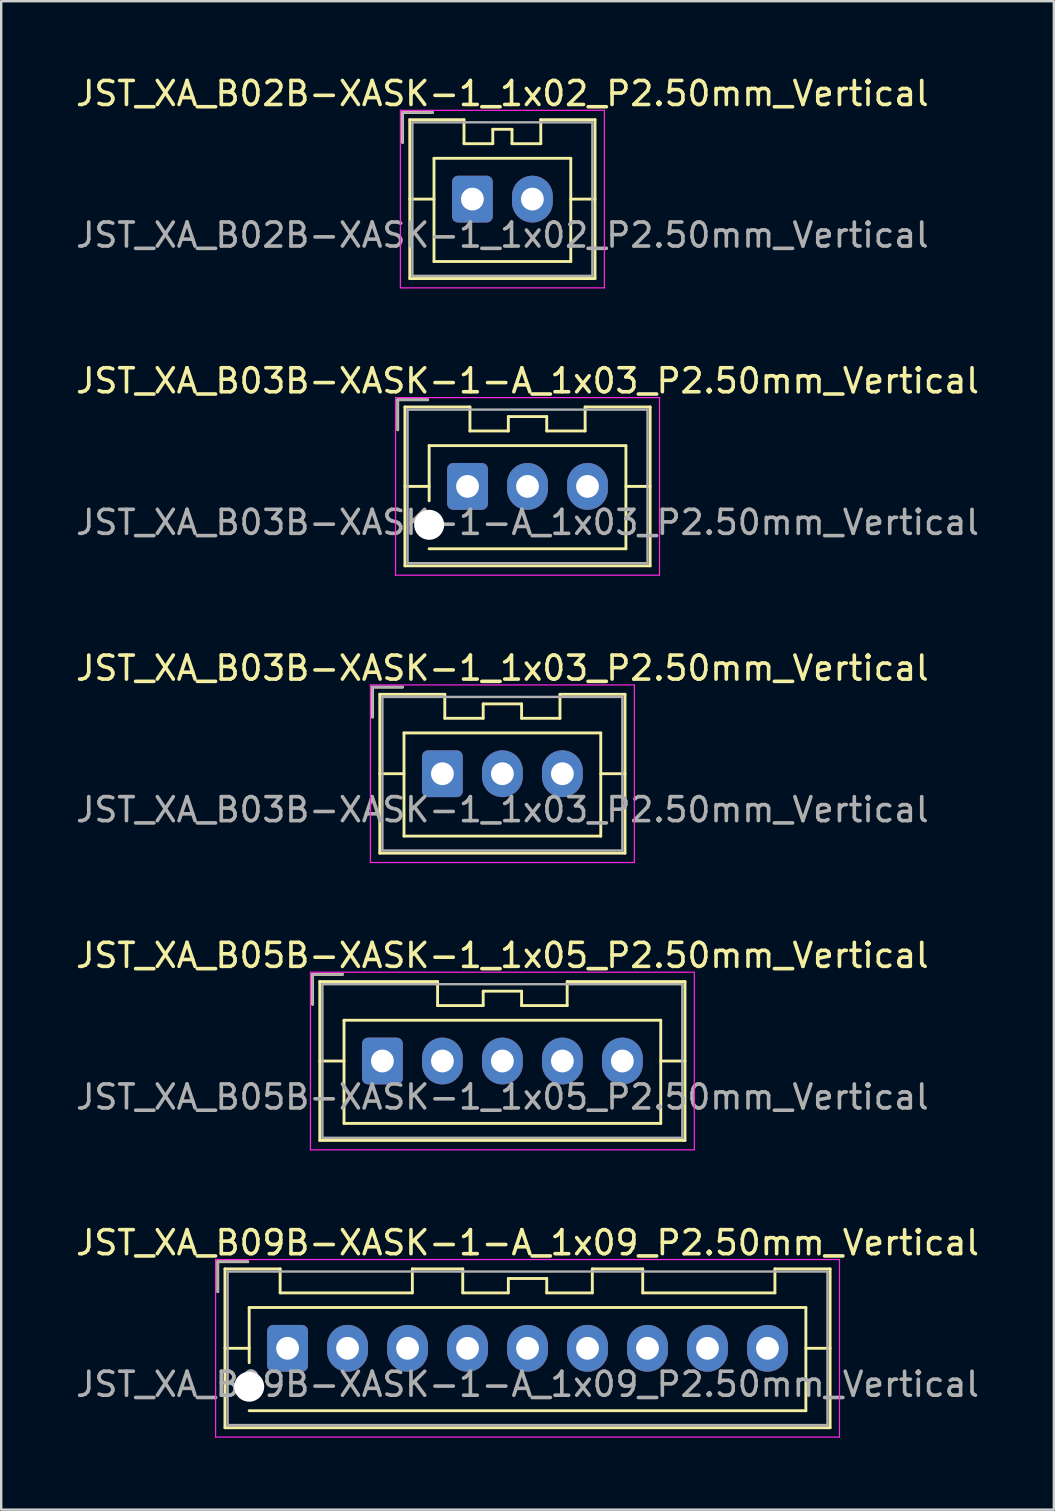
<source format=kicad_pcb>
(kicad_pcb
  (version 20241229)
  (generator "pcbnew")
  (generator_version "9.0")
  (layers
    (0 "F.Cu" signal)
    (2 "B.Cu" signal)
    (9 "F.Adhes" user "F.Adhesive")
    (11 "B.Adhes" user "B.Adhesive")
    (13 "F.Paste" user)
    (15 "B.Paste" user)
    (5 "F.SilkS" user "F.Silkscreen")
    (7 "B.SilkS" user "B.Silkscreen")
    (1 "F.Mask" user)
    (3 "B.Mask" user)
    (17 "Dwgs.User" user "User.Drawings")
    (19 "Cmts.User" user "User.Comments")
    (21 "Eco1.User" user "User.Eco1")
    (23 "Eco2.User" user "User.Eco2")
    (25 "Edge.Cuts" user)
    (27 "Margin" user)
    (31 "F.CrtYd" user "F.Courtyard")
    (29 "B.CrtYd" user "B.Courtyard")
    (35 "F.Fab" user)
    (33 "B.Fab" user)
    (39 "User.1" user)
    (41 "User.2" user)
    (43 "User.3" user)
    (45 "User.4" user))
  (footprint "JST_XA_B02B-XASK-1_1x02_P2.50mm_Vertical"
    (layer "F.Cu")
    (at 16.637 5.248)
    (property "Reference" "JST_XA_B02B-XASK-1_1x02_P2.50mm_Vertical" (at 1.25 -4.4 0) (layer "F.SilkS") (effects (font (size 1 1) (thickness 0.15))))
    (attr through_hole)
    (fp_line (start -2.91 -3.61) (end -2.91 -2.36) (stroke (width 0.12) (type solid)) (layer "F.SilkS"))
    (fp_line (start -2.61 -3.31) (end -2.61 3.31) (stroke (width 0.12) (type solid)) (layer "F.SilkS"))
    (fp_line (start -2.61 0) (end -1.6 0) (stroke (width 0.12) (type solid)) (layer "F.SilkS"))
    (fp_line (start -2.61 3.31) (end 5.11 3.31) (stroke (width 0.12) (type solid)) (layer "F.SilkS"))
    (fp_line (start -1.66 -3.61) (end -2.91 -3.61) (stroke (width 0.12) (type solid)) (layer "F.SilkS"))
    (fp_line (start -1.6 -1.7) (end -1.6 2.6) (stroke (width 0.12) (type solid)) (layer "F.SilkS"))
    (fp_line (start -1.6 2.6) (end 4.1 2.6) (stroke (width 0.12) (type solid)) (layer "F.SilkS"))
    (fp_line (start -0.35 -3.31) (end -2.61 -3.31) (stroke (width 0.12) (type solid)) (layer "F.SilkS"))
    (fp_line (start -0.35 -2.31) (end -0.35 -3.31) (stroke (width 0.12) (type solid)) (layer "F.SilkS"))
    (fp_line (start 0.85 -2.91) (end 0.85 -2.31) (stroke (width 0.12) (type solid)) (layer "F.SilkS"))
    (fp_line (start 0.85 -2.31) (end -0.35 -2.31) (stroke (width 0.12) (type solid)) (layer "F.SilkS"))
    (fp_line (start 1.65 -2.91) (end 0.85 -2.91) (stroke (width 0.12) (type solid)) (layer "F.SilkS"))
    (fp_line (start 1.65 -2.31) (end 1.65 -2.91) (stroke (width 0.12) (type solid)) (layer "F.SilkS"))
    (fp_line (start 2.85 -3.31) (end 2.85 -2.31) (stroke (width 0.12) (type solid)) (layer "F.SilkS"))
    (fp_line (start 2.85 -2.31) (end 1.65 -2.31) (stroke (width 0.12) (type solid)) (layer "F.SilkS"))
    (fp_line (start 4.1 -1.7) (end -1.6 -1.7) (stroke (width 0.12) (type solid)) (layer "F.SilkS"))
    (fp_line (start 4.1 2.6) (end 4.1 -1.7) (stroke (width 0.12) (type solid)) (layer "F.SilkS"))
    (fp_line (start 5.11 -3.31) (end 2.85 -3.31) (stroke (width 0.12) (type solid)) (layer "F.SilkS"))
    (fp_line (start 5.11 0) (end 4.1 0) (stroke (width 0.12) (type solid)) (layer "F.SilkS"))
    (fp_line (start 5.11 3.31) (end 5.11 -3.31) (stroke (width 0.12) (type solid)) (layer "F.SilkS"))
    (fp_line (start -3 -3.7) (end -3 3.7) (stroke (width 0.05) (type solid)) (layer "F.CrtYd"))
    (fp_line (start -3 3.7) (end 5.5 3.7) (stroke (width 0.05) (type solid)) (layer "F.CrtYd"))
    (fp_line (start 5.5 -3.7) (end -3 -3.7) (stroke (width 0.05) (type solid)) (layer "F.CrtYd"))
    (fp_line (start 5.5 3.7) (end 5.5 -3.7) (stroke (width 0.05) (type solid)) (layer "F.CrtYd"))
    (fp_line (start -2.91 -3.61) (end -2.91 -2.36) (stroke (width 0.1) (type solid)) (layer "F.Fab"))
    (fp_line (start -2.5 -3.2) (end -2.5 3.2) (stroke (width 0.1) (type solid)) (layer "F.Fab"))
    (fp_line (start -2.5 3.2) (end 5 3.2) (stroke (width 0.1) (type solid)) (layer "F.Fab"))
    (fp_line (start -1.66 -3.61) (end -2.91 -3.61) (stroke (width 0.1) (type solid)) (layer "F.Fab"))
    (fp_line (start 5 -3.2) (end -2.5 -3.2) (stroke (width 0.1) (type solid)) (layer "F.Fab"))
    (fp_line (start 5 3.2) (end 5 -3.2) (stroke (width 0.1) (type solid)) (layer "F.Fab"))
    (fp_text user "${REFERENCE}" (at 1.25 1.5 0) (layer "F.Fab") (effects (font (size 1 1) (thickness 0.15))))
    (pad "1" thru_hole roundrect (at 0 0) (size 1.7 1.95) (drill 0.95) (layers "*.Cu" "*.Mask") (roundrect_rratio 0.147))
    (pad "2" thru_hole oval (at 2.5 0) (size 1.7 1.95) (drill 0.95) (layers "*.Cu" "*.Mask")))
  (footprint "JST_XA_B03B-XASK-1-A_1x03_P2.50mm_Vertical"
    (layer "F.Cu")
    (at 16.435 17.221)
    (property "Reference" "JST_XA_B03B-XASK-1-A_1x03_P2.50mm_Vertical" (at 2.5 -4.4 0) (layer "F.SilkS") (effects (font (size 1 1) (thickness 0.15))))
    (attr through_hole)
    (fp_line (start -2.91 -3.61) (end -2.91 -2.36) (stroke (width 0.12) (type solid)) (layer "F.SilkS"))
    (fp_line (start -2.61 -3.31) (end -2.61 3.31) (stroke (width 0.12) (type solid)) (layer "F.SilkS"))
    (fp_line (start -2.61 0) (end -1.6 0) (stroke (width 0.12) (type solid)) (layer "F.SilkS"))
    (fp_line (start -2.61 3.31) (end 7.61 3.31) (stroke (width 0.12) (type solid)) (layer "F.SilkS"))
    (fp_line (start -1.66 -3.61) (end -2.91 -3.61) (stroke (width 0.12) (type solid)) (layer "F.SilkS"))
    (fp_line (start -1.6 -1.7) (end 6.6 -1.7) (stroke (width 0.12) (type solid)) (layer "F.SilkS"))
    (fp_line (start -1.6 0.6) (end -1.6 -1.7) (stroke (width 0.12) (type solid)) (layer "F.SilkS"))
    (fp_line (start 0.1 -3.31) (end -2.61 -3.31) (stroke (width 0.12) (type solid)) (layer "F.SilkS"))
    (fp_line (start 0.1 -2.31) (end 0.1 -3.31) (stroke (width 0.12) (type solid)) (layer "F.SilkS"))
    (fp_line (start 1.7 -2.91) (end 1.7 -2.31) (stroke (width 0.12) (type solid)) (layer "F.SilkS"))
    (fp_line (start 1.7 -2.31) (end 0.1 -2.31) (stroke (width 0.12) (type solid)) (layer "F.SilkS"))
    (fp_line (start 3.3 -2.91) (end 1.7 -2.91) (stroke (width 0.12) (type solid)) (layer "F.SilkS"))
    (fp_line (start 3.3 -2.31) (end 3.3 -2.91) (stroke (width 0.12) (type solid)) (layer "F.SilkS"))
    (fp_line (start 4.9 -3.31) (end 4.9 -2.31) (stroke (width 0.12) (type solid)) (layer "F.SilkS"))
    (fp_line (start 4.9 -2.31) (end 3.3 -2.31) (stroke (width 0.12) (type solid)) (layer "F.SilkS"))
    (fp_line (start 6.6 -1.7) (end 6.6 2.6) (stroke (width 0.12) (type solid)) (layer "F.SilkS"))
    (fp_line (start 6.6 2.6) (end -1.6 2.6) (stroke (width 0.12) (type solid)) (layer "F.SilkS"))
    (fp_line (start 7.61 -3.31) (end 4.9 -3.31) (stroke (width 0.12) (type solid)) (layer "F.SilkS"))
    (fp_line (start 7.61 0) (end 6.6 0) (stroke (width 0.12) (type solid)) (layer "F.SilkS"))
    (fp_line (start 7.61 3.31) (end 7.61 -3.31) (stroke (width 0.12) (type solid)) (layer "F.SilkS"))
    (fp_line (start -3 -3.7) (end -3 3.7) (stroke (width 0.05) (type solid)) (layer "F.CrtYd"))
    (fp_line (start -3 3.7) (end 8 3.7) (stroke (width 0.05) (type solid)) (layer "F.CrtYd"))
    (fp_line (start 8 -3.7) (end -3 -3.7) (stroke (width 0.05) (type solid)) (layer "F.CrtYd"))
    (fp_line (start 8 3.7) (end 8 -3.7) (stroke (width 0.05) (type solid)) (layer "F.CrtYd"))
    (fp_line (start -2.91 -3.61) (end -2.91 -2.36) (stroke (width 0.1) (type solid)) (layer "F.Fab"))
    (fp_line (start -2.5 -3.2) (end -2.5 3.2) (stroke (width 0.1) (type solid)) (layer "F.Fab"))
    (fp_line (start -2.5 3.2) (end 7.5 3.2) (stroke (width 0.1) (type solid)) (layer "F.Fab"))
    (fp_line (start -1.66 -3.61) (end -2.91 -3.61) (stroke (width 0.1) (type solid)) (layer "F.Fab"))
    (fp_line (start 7.5 -3.2) (end -2.5 -3.2) (stroke (width 0.1) (type solid)) (layer "F.Fab"))
    (fp_line (start 7.5 3.2) (end 7.5 -3.2) (stroke (width 0.1) (type solid)) (layer "F.Fab"))
    (fp_text user "${REFERENCE}" (at 2.5 1.5 0) (layer "F.Fab") (effects (font (size 1 1) (thickness 0.15))))
    (pad "" np_thru_hole circle (at -1.6 1.6) (size 1.25 1.25) (drill 1.25) (layers "*.Cu" "*.Mask"))
    (pad "1" thru_hole roundrect (at 0 0) (size 1.7 1.95) (drill 0.95) (layers "*.Cu" "*.Mask") (roundrect_rratio 0.147))
    (pad "2" thru_hole oval (at 2.5 0) (size 1.7 1.95) (drill 0.95) (layers "*.Cu" "*.Mask"))
    (pad "3" thru_hole oval (at 5 0) (size 1.7 1.95) (drill 0.95) (layers "*.Cu" "*.Mask")))
  (footprint "JST_XA_B03B-XASK-1_1x03_P2.50mm_Vertical"
    (layer "F.Cu")
    (at 15.387 29.195)
    (property "Reference" "JST_XA_B03B-XASK-1_1x03_P2.50mm_Vertical" (at 2.5 -4.4 0) (layer "F.SilkS") (effects (font (size 1 1) (thickness 0.15))))
    (attr through_hole)
    (fp_line (start -2.91 -3.61) (end -2.91 -2.36) (stroke (width 0.12) (type solid)) (layer "F.SilkS"))
    (fp_line (start -2.61 -3.31) (end -2.61 3.31) (stroke (width 0.12) (type solid)) (layer "F.SilkS"))
    (fp_line (start -2.61 0) (end -1.6 0) (stroke (width 0.12) (type solid)) (layer "F.SilkS"))
    (fp_line (start -2.61 3.31) (end 7.61 3.31) (stroke (width 0.12) (type solid)) (layer "F.SilkS"))
    (fp_line (start -1.66 -3.61) (end -2.91 -3.61) (stroke (width 0.12) (type solid)) (layer "F.SilkS"))
    (fp_line (start -1.6 -1.7) (end -1.6 2.6) (stroke (width 0.12) (type solid)) (layer "F.SilkS"))
    (fp_line (start -1.6 2.6) (end 6.6 2.6) (stroke (width 0.12) (type solid)) (layer "F.SilkS"))
    (fp_line (start 0.1 -3.31) (end -2.61 -3.31) (stroke (width 0.12) (type solid)) (layer "F.SilkS"))
    (fp_line (start 0.1 -2.31) (end 0.1 -3.31) (stroke (width 0.12) (type solid)) (layer "F.SilkS"))
    (fp_line (start 1.7 -2.91) (end 1.7 -2.31) (stroke (width 0.12) (type solid)) (layer "F.SilkS"))
    (fp_line (start 1.7 -2.31) (end 0.1 -2.31) (stroke (width 0.12) (type solid)) (layer "F.SilkS"))
    (fp_line (start 3.3 -2.91) (end 1.7 -2.91) (stroke (width 0.12) (type solid)) (layer "F.SilkS"))
    (fp_line (start 3.3 -2.31) (end 3.3 -2.91) (stroke (width 0.12) (type solid)) (layer "F.SilkS"))
    (fp_line (start 4.9 -3.31) (end 4.9 -2.31) (stroke (width 0.12) (type solid)) (layer "F.SilkS"))
    (fp_line (start 4.9 -2.31) (end 3.3 -2.31) (stroke (width 0.12) (type solid)) (layer "F.SilkS"))
    (fp_line (start 6.6 -1.7) (end -1.6 -1.7) (stroke (width 0.12) (type solid)) (layer "F.SilkS"))
    (fp_line (start 6.6 2.6) (end 6.6 -1.7) (stroke (width 0.12) (type solid)) (layer "F.SilkS"))
    (fp_line (start 7.61 -3.31) (end 4.9 -3.31) (stroke (width 0.12) (type solid)) (layer "F.SilkS"))
    (fp_line (start 7.61 0) (end 6.6 0) (stroke (width 0.12) (type solid)) (layer "F.SilkS"))
    (fp_line (start 7.61 3.31) (end 7.61 -3.31) (stroke (width 0.12) (type solid)) (layer "F.SilkS"))
    (fp_line (start -3 -3.7) (end -3 3.7) (stroke (width 0.05) (type solid)) (layer "F.CrtYd"))
    (fp_line (start -3 3.7) (end 8 3.7) (stroke (width 0.05) (type solid)) (layer "F.CrtYd"))
    (fp_line (start 8 -3.7) (end -3 -3.7) (stroke (width 0.05) (type solid)) (layer "F.CrtYd"))
    (fp_line (start 8 3.7) (end 8 -3.7) (stroke (width 0.05) (type solid)) (layer "F.CrtYd"))
    (fp_line (start -2.91 -3.61) (end -2.91 -2.36) (stroke (width 0.1) (type solid)) (layer "F.Fab"))
    (fp_line (start -2.5 -3.2) (end -2.5 3.2) (stroke (width 0.1) (type solid)) (layer "F.Fab"))
    (fp_line (start -2.5 3.2) (end 7.5 3.2) (stroke (width 0.1) (type solid)) (layer "F.Fab"))
    (fp_line (start -1.66 -3.61) (end -2.91 -3.61) (stroke (width 0.1) (type solid)) (layer "F.Fab"))
    (fp_line (start 7.5 -3.2) (end -2.5 -3.2) (stroke (width 0.1) (type solid)) (layer "F.Fab"))
    (fp_line (start 7.5 3.2) (end 7.5 -3.2) (stroke (width 0.1) (type solid)) (layer "F.Fab"))
    (fp_text user "${REFERENCE}" (at 2.5 1.5 0) (layer "F.Fab") (effects (font (size 1 1) (thickness 0.15))))
    (pad "1" thru_hole roundrect (at 0 0) (size 1.7 1.95) (drill 0.95) (layers "*.Cu" "*.Mask") (roundrect_rratio 0.147))
    (pad "2" thru_hole oval (at 2.5 0) (size 1.7 1.95) (drill 0.95) (layers "*.Cu" "*.Mask"))
    (pad "3" thru_hole oval (at 5 0) (size 1.7 1.95) (drill 0.95) (layers "*.Cu" "*.Mask")))
  (footprint "JST_XA_B09B-XASK-1-A_1x09_P2.50mm_Vertical"
    (layer "F.Cu")
    (at 8.935 53.141)
    (property "Reference" "JST_XA_B09B-XASK-1-A_1x09_P2.50mm_Vertical" (at 10 -4.4 0) (layer "F.SilkS") (effects (font (size 1 1) (thickness 0.15))))
    (attr through_hole)
    (fp_line (start -2.91 -3.61) (end -2.91 -2.36) (stroke (width 0.12) (type solid)) (layer "F.SilkS"))
    (fp_line (start -2.61 -3.31) (end -2.61 3.31) (stroke (width 0.12) (type solid)) (layer "F.SilkS"))
    (fp_line (start -2.61 0) (end -1.6 0) (stroke (width 0.12) (type solid)) (layer "F.SilkS"))
    (fp_line (start -2.61 3.31) (end 22.61 3.31) (stroke (width 0.12) (type solid)) (layer "F.SilkS"))
    (fp_line (start -1.66 -3.61) (end -2.91 -3.61) (stroke (width 0.12) (type solid)) (layer "F.SilkS"))
    (fp_line (start -1.6 -1.7) (end 21.6 -1.7) (stroke (width 0.12) (type solid)) (layer "F.SilkS"))
    (fp_line (start -1.6 0.6) (end -1.6 -1.7) (stroke (width 0.12) (type solid)) (layer "F.SilkS"))
    (fp_line (start -0.31 -3.31) (end -2.61 -3.31) (stroke (width 0.12) (type solid)) (layer "F.SilkS"))
    (fp_line (start -0.31 -2.31) (end -0.31 -3.31) (stroke (width 0.12) (type solid)) (layer "F.SilkS"))
    (fp_line (start 5.2 -3.31) (end 5.2 -2.31) (stroke (width 0.12) (type solid)) (layer "F.SilkS"))
    (fp_line (start 5.2 -2.31) (end -0.31 -2.31) (stroke (width 0.12) (type solid)) (layer "F.SilkS"))
    (fp_line (start 7.3 -3.31) (end 5.2 -3.31) (stroke (width 0.12) (type solid)) (layer "F.SilkS"))
    (fp_line (start 7.3 -2.31) (end 7.3 -3.31) (stroke (width 0.12) (type solid)) (layer "F.SilkS"))
    (fp_line (start 9.2 -2.91) (end 9.2 -2.31) (stroke (width 0.12) (type solid)) (layer "F.SilkS"))
    (fp_line (start 9.2 -2.31) (end 7.3 -2.31) (stroke (width 0.12) (type solid)) (layer "F.SilkS"))
    (fp_line (start 10.8 -2.91) (end 9.2 -2.91) (stroke (width 0.12) (type solid)) (layer "F.SilkS"))
    (fp_line (start 10.8 -2.31) (end 10.8 -2.91) (stroke (width 0.12) (type solid)) (layer "F.SilkS"))
    (fp_line (start 12.7 -3.31) (end 12.7 -2.31) (stroke (width 0.12) (type solid)) (layer "F.SilkS"))
    (fp_line (start 12.7 -2.31) (end 10.8 -2.31) (stroke (width 0.12) (type solid)) (layer "F.SilkS"))
    (fp_line (start 14.8 -3.31) (end 12.7 -3.31) (stroke (width 0.12) (type solid)) (layer "F.SilkS"))
    (fp_line (start 14.8 -2.31) (end 14.8 -3.31) (stroke (width 0.12) (type solid)) (layer "F.SilkS"))
    (fp_line (start 20.31 -3.31) (end 20.31 -2.31) (stroke (width 0.12) (type solid)) (layer "F.SilkS"))
    (fp_line (start 20.31 -2.31) (end 14.8 -2.31) (stroke (width 0.12) (type solid)) (layer "F.SilkS"))
    (fp_line (start 21.6 -1.7) (end 21.6 2.6) (stroke (width 0.12) (type solid)) (layer "F.SilkS"))
    (fp_line (start 21.6 2.6) (end -1.6 2.6) (stroke (width 0.12) (type solid)) (layer "F.SilkS"))
    (fp_line (start 22.61 -3.31) (end 20.31 -3.31) (stroke (width 0.12) (type solid)) (layer "F.SilkS"))
    (fp_line (start 22.61 0) (end 21.6 0) (stroke (width 0.12) (type solid)) (layer "F.SilkS"))
    (fp_line (start 22.61 3.31) (end 22.61 -3.31) (stroke (width 0.12) (type solid)) (layer "F.SilkS"))
    (fp_line (start -3 -3.7) (end -3 3.7) (stroke (width 0.05) (type solid)) (layer "F.CrtYd"))
    (fp_line (start -3 3.7) (end 23 3.7) (stroke (width 0.05) (type solid)) (layer "F.CrtYd"))
    (fp_line (start 23 -3.7) (end -3 -3.7) (stroke (width 0.05) (type solid)) (layer "F.CrtYd"))
    (fp_line (start 23 3.7) (end 23 -3.7) (stroke (width 0.05) (type solid)) (layer "F.CrtYd"))
    (fp_line (start -2.91 -3.61) (end -2.91 -2.36) (stroke (width 0.1) (type solid)) (layer "F.Fab"))
    (fp_line (start -2.5 -3.2) (end -2.5 3.2) (stroke (width 0.1) (type solid)) (layer "F.Fab"))
    (fp_line (start -2.5 3.2) (end 22.5 3.2) (stroke (width 0.1) (type solid)) (layer "F.Fab"))
    (fp_line (start -1.66 -3.61) (end -2.91 -3.61) (stroke (width 0.1) (type solid)) (layer "F.Fab"))
    (fp_line (start 22.5 -3.2) (end -2.5 -3.2) (stroke (width 0.1) (type solid)) (layer "F.Fab"))
    (fp_line (start 22.5 3.2) (end 22.5 -3.2) (stroke (width 0.1) (type solid)) (layer "F.Fab"))
    (fp_text user "${REFERENCE}" (at 10 1.5 0) (layer "F.Fab") (effects (font (size 1 1) (thickness 0.15))))
    (pad "" np_thru_hole circle (at -1.6 1.6) (size 1.25 1.25) (drill 1.25) (layers "*.Cu" "*.Mask"))
    (pad "1" thru_hole roundrect (at 0 0) (size 1.7 1.95) (drill 0.95) (layers "*.Cu" "*.Mask") (roundrect_rratio 0.147))
    (pad "2" thru_hole oval (at 2.5 0) (size 1.7 1.95) (drill 0.95) (layers "*.Cu" "*.Mask"))
    (pad "3" thru_hole oval (at 5 0) (size 1.7 1.95) (drill 0.95) (layers "*.Cu" "*.Mask"))
    (pad "4" thru_hole oval (at 7.5 0) (size 1.7 1.95) (drill 0.95) (layers "*.Cu" "*.Mask"))
    (pad "5" thru_hole oval (at 10 0) (size 1.7 1.95) (drill 0.95) (layers "*.Cu" "*.Mask"))
    (pad "6" thru_hole oval (at 12.5 0) (size 1.7 1.95) (drill 0.95) (layers "*.Cu" "*.Mask"))
    (pad "7" thru_hole oval (at 15 0) (size 1.7 1.95) (drill 0.95) (layers "*.Cu" "*.Mask"))
    (pad "8" thru_hole oval (at 17.5 0) (size 1.7 1.95) (drill 0.95) (layers "*.Cu" "*.Mask"))
    (pad "9" thru_hole oval (at 20 0) (size 1.7 1.95) (drill 0.95) (layers "*.Cu" "*.Mask")))
  (footprint "JST_XA_B05B-XASK-1_1x05_P2.50mm_Vertical"
    (layer "F.Cu")
    (at 12.887 41.168)
    (property "Reference" "JST_XA_B05B-XASK-1_1x05_P2.50mm_Vertical" (at 5 -4.4 0) (layer "F.SilkS") (effects (font (size 1 1) (thickness 0.15))))
    (attr through_hole)
    (fp_line (start -2.91 -3.61) (end -2.91 -2.36) (stroke (width 0.12) (type solid)) (layer "F.SilkS"))
    (fp_line (start -2.61 -3.31) (end -2.61 3.31) (stroke (width 0.12) (type solid)) (layer "F.SilkS"))
    (fp_line (start -2.61 0) (end -1.6 0) (stroke (width 0.12) (type solid)) (layer "F.SilkS"))
    (fp_line (start -2.61 3.31) (end 12.61 3.31) (stroke (width 0.12) (type solid)) (layer "F.SilkS"))
    (fp_line (start -1.66 -3.61) (end -2.91 -3.61) (stroke (width 0.12) (type solid)) (layer "F.SilkS"))
    (fp_line (start -1.6 -1.7) (end -1.6 2.6) (stroke (width 0.12) (type solid)) (layer "F.SilkS"))
    (fp_line (start -1.6 2.6) (end 11.6 2.6) (stroke (width 0.12) (type solid)) (layer "F.SilkS"))
    (fp_line (start 2.3 -3.31) (end -2.61 -3.31) (stroke (width 0.12) (type solid)) (layer "F.SilkS"))
    (fp_line (start 2.3 -2.31) (end 2.3 -3.31) (stroke (width 0.12) (type solid)) (layer "F.SilkS"))
    (fp_line (start 4.2 -2.91) (end 4.2 -2.31) (stroke (width 0.12) (type solid)) (layer "F.SilkS"))
    (fp_line (start 4.2 -2.31) (end 2.3 -2.31) (stroke (width 0.12) (type solid)) (layer "F.SilkS"))
    (fp_line (start 5.8 -2.91) (end 4.2 -2.91) (stroke (width 0.12) (type solid)) (layer "F.SilkS"))
    (fp_line (start 5.8 -2.31) (end 5.8 -2.91) (stroke (width 0.12) (type solid)) (layer "F.SilkS"))
    (fp_line (start 7.7 -3.31) (end 7.7 -2.31) (stroke (width 0.12) (type solid)) (layer "F.SilkS"))
    (fp_line (start 7.7 -2.31) (end 5.8 -2.31) (stroke (width 0.12) (type solid)) (layer "F.SilkS"))
    (fp_line (start 11.6 -1.7) (end -1.6 -1.7) (stroke (width 0.12) (type solid)) (layer "F.SilkS"))
    (fp_line (start 11.6 2.6) (end 11.6 -1.7) (stroke (width 0.12) (type solid)) (layer "F.SilkS"))
    (fp_line (start 12.61 -3.31) (end 7.7 -3.31) (stroke (width 0.12) (type solid)) (layer "F.SilkS"))
    (fp_line (start 12.61 0) (end 11.6 0) (stroke (width 0.12) (type solid)) (layer "F.SilkS"))
    (fp_line (start 12.61 3.31) (end 12.61 -3.31) (stroke (width 0.12) (type solid)) (layer "F.SilkS"))
    (fp_line (start -3 -3.7) (end -3 3.7) (stroke (width 0.05) (type solid)) (layer "F.CrtYd"))
    (fp_line (start -3 3.7) (end 13 3.7) (stroke (width 0.05) (type solid)) (layer "F.CrtYd"))
    (fp_line (start 13 -3.7) (end -3 -3.7) (stroke (width 0.05) (type solid)) (layer "F.CrtYd"))
    (fp_line (start 13 3.7) (end 13 -3.7) (stroke (width 0.05) (type solid)) (layer "F.CrtYd"))
    (fp_line (start -2.91 -3.61) (end -2.91 -2.36) (stroke (width 0.1) (type solid)) (layer "F.Fab"))
    (fp_line (start -2.5 -3.2) (end -2.5 3.2) (stroke (width 0.1) (type solid)) (layer "F.Fab"))
    (fp_line (start -2.5 3.2) (end 12.5 3.2) (stroke (width 0.1) (type solid)) (layer "F.Fab"))
    (fp_line (start -1.66 -3.61) (end -2.91 -3.61) (stroke (width 0.1) (type solid)) (layer "F.Fab"))
    (fp_line (start 12.5 -3.2) (end -2.5 -3.2) (stroke (width 0.1) (type solid)) (layer "F.Fab"))
    (fp_line (start 12.5 3.2) (end 12.5 -3.2) (stroke (width 0.1) (type solid)) (layer "F.Fab"))
    (fp_text user "${REFERENCE}" (at 5 1.5 0) (layer "F.Fab") (effects (font (size 1 1) (thickness 0.15))))
    (pad "1" thru_hole roundrect (at 0 0) (size 1.7 1.95) (drill 0.95) (layers "*.Cu" "*.Mask") (roundrect_rratio 0.147))
    (pad "2" thru_hole oval (at 2.5 0) (size 1.7 1.95) (drill 0.95) (layers "*.Cu" "*.Mask"))
    (pad "3" thru_hole oval (at 5 0) (size 1.7 1.95) (drill 0.95) (layers "*.Cu" "*.Mask"))
    (pad "4" thru_hole oval (at 7.5 0) (size 1.7 1.95) (drill 0.95) (layers "*.Cu" "*.Mask"))
    (pad "5" thru_hole oval (at 10 0) (size 1.7 1.95) (drill 0.95) (layers "*.Cu" "*.Mask")))
  (gr_rect
    (start -3 -3)
    (end 40.869 59.866)
    (stroke (width 0.1) (type default))
    (fill no)
    (layer "Edge.Cuts")))
</source>
